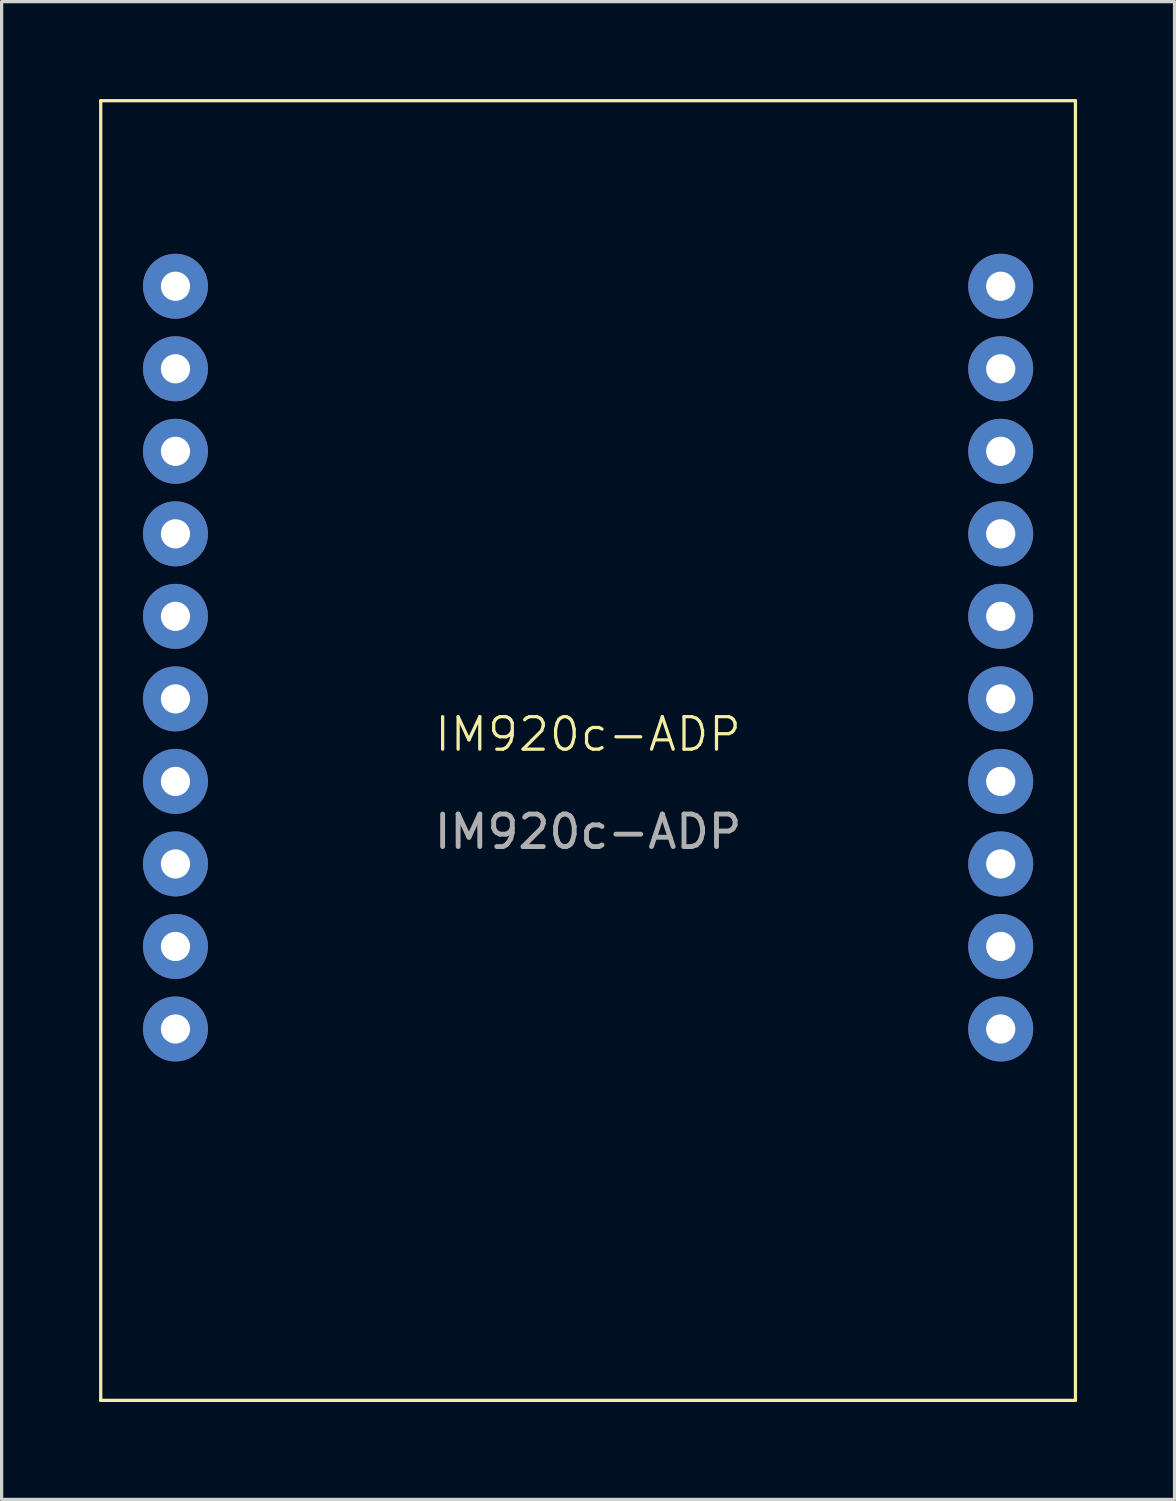
<source format=kicad_pcb>
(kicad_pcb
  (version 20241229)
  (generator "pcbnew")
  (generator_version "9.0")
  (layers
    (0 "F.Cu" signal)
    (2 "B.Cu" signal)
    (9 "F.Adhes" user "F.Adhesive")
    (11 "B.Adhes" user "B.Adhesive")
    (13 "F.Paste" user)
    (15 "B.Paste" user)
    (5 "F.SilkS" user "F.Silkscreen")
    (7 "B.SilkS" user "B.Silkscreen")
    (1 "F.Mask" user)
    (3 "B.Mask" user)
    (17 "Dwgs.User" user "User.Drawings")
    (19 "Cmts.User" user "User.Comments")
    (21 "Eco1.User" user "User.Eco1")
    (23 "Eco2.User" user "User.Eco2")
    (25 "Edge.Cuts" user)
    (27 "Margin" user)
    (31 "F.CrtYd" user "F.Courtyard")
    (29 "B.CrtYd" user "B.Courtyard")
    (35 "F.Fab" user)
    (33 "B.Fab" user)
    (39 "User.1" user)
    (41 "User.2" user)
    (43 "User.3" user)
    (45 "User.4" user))
  (footprint "IM920c-ADP"
    (layer "F.Cu")
    (at 15.05 20.05)
    (property "Reference" "IM920c-ADP" (at 0 -0.5 0) (unlocked yes) (layer "F.SilkS") (effects (font (size 1 1) (thickness 0.1))))
    (attr smd)
    (fp_line (start -15 -20) (end 15 -20) (stroke (width 0.1) (type default)) (layer "F.SilkS"))
    (fp_line (start -15 20) (end -15 -20) (stroke (width 0.1) (type default)) (layer "F.SilkS"))
    (fp_line (start -15 20) (end 15 20) (stroke (width 0.1) (type default)) (layer "F.SilkS"))
    (fp_line (start 15 20) (end 15 -20) (stroke (width 0.1) (type default)) (layer "F.SilkS"))
    (fp_text user "${REFERENCE}" (at 0 2.5 0) (unlocked yes) (layer "F.Fab") (effects (font (size 1 1) (thickness 0.15))))
    (pad "1B" thru_hole circle (at 12.7 -14.29) (size 2 2) (drill 0.9) (layers "*.Cu" "*.Mask"))
    (pad "2A" thru_hole circle (at -12.7 -11.75) (size 2 2) (drill 0.9) (layers "*.Cu" "*.Mask"))
    (pad "2B" thru_hole circle (at 12.7 -11.75) (size 2 2) (drill 0.9) (layers "*.Cu" "*.Mask"))
    (pad "3A" thru_hole circle (at -12.7 -9.21) (size 2 2) (drill 0.9) (layers "*.Cu" "*.Mask"))
    (pad "4B" thru_hole circle (at 12.7 -6.67) (size 2 2) (drill 0.9) (layers "*.Cu" "*.Mask"))
    (pad "5A" thru_hole circle (at -12.7 -4.13) (size 2 2) (drill 0.9) (layers "*.Cu" "*.Mask"))
    (pad "5B" thru_hole circle (at 12.7 -4.13) (size 2 2) (drill 0.9) (layers "*.Cu" "*.Mask"))
    (pad "6A" thru_hole circle (at -12.7 -1.59) (size 2 2) (drill 0.9) (layers "*.Cu" "*.Mask"))
    (pad "6B" thru_hole circle (at 12.7 -1.59) (size 2 2) (drill 0.9) (layers "*.Cu" "*.Mask"))
    (pad "7A" thru_hole circle (at -12.7 0.95) (size 2 2) (drill 0.9) (layers "*.Cu" "*.Mask"))
    (pad "7B" thru_hole circle (at 12.7 0.95) (size 2 2) (drill 0.9) (layers "*.Cu" "*.Mask"))
    (pad "BUSY" thru_hole circle (at -12.7 -14.29) (size 2 2) (drill 0.9) (layers "*.Cu" "*.Mask"))
    (pad "GND" thru_hole circle (at 12.7 6.03) (size 2 2) (drill 0.9) (layers "*.Cu" "*.Mask"))
    (pad "REG" thru_hole circle (at 12.7 3.49) (size 2 2) (drill 0.9) (layers "*.Cu" "*.Mask"))
    (pad "RST" thru_hole circle (at -12.7 8.57) (size 2 2) (drill 0.9) (layers "*.Cu" "*.Mask"))
    (pad "RxD" thru_hole circle (at 12.7 -9.21) (size 2 2) (drill 0.9) (layers "*.Cu" "*.Mask"))
    (pad "STS" thru_hole circle (at -12.7 3.49) (size 2 2) (drill 0.9) (layers "*.Cu" "*.Mask"))
    (pad "TEST" thru_hole circle (at 12.7 8.57) (size 2 2) (drill 0.9) (layers "*.Cu" "*.Mask"))
    (pad "TxD" thru_hole circle (at -12.7 -6.67) (size 2 2) (drill 0.9) (layers "*.Cu" "*.Mask"))
    (pad "VCC" thru_hole circle (at -12.7 6.03) (size 2 2) (drill 0.9) (layers "*.Cu" "*.Mask")))
  (gr_rect
    (start -3 -3)
    (end 33.1 43.1)
    (stroke (width 0.1) (type default))
    (fill no)
    (layer "Edge.Cuts")))
</source>
